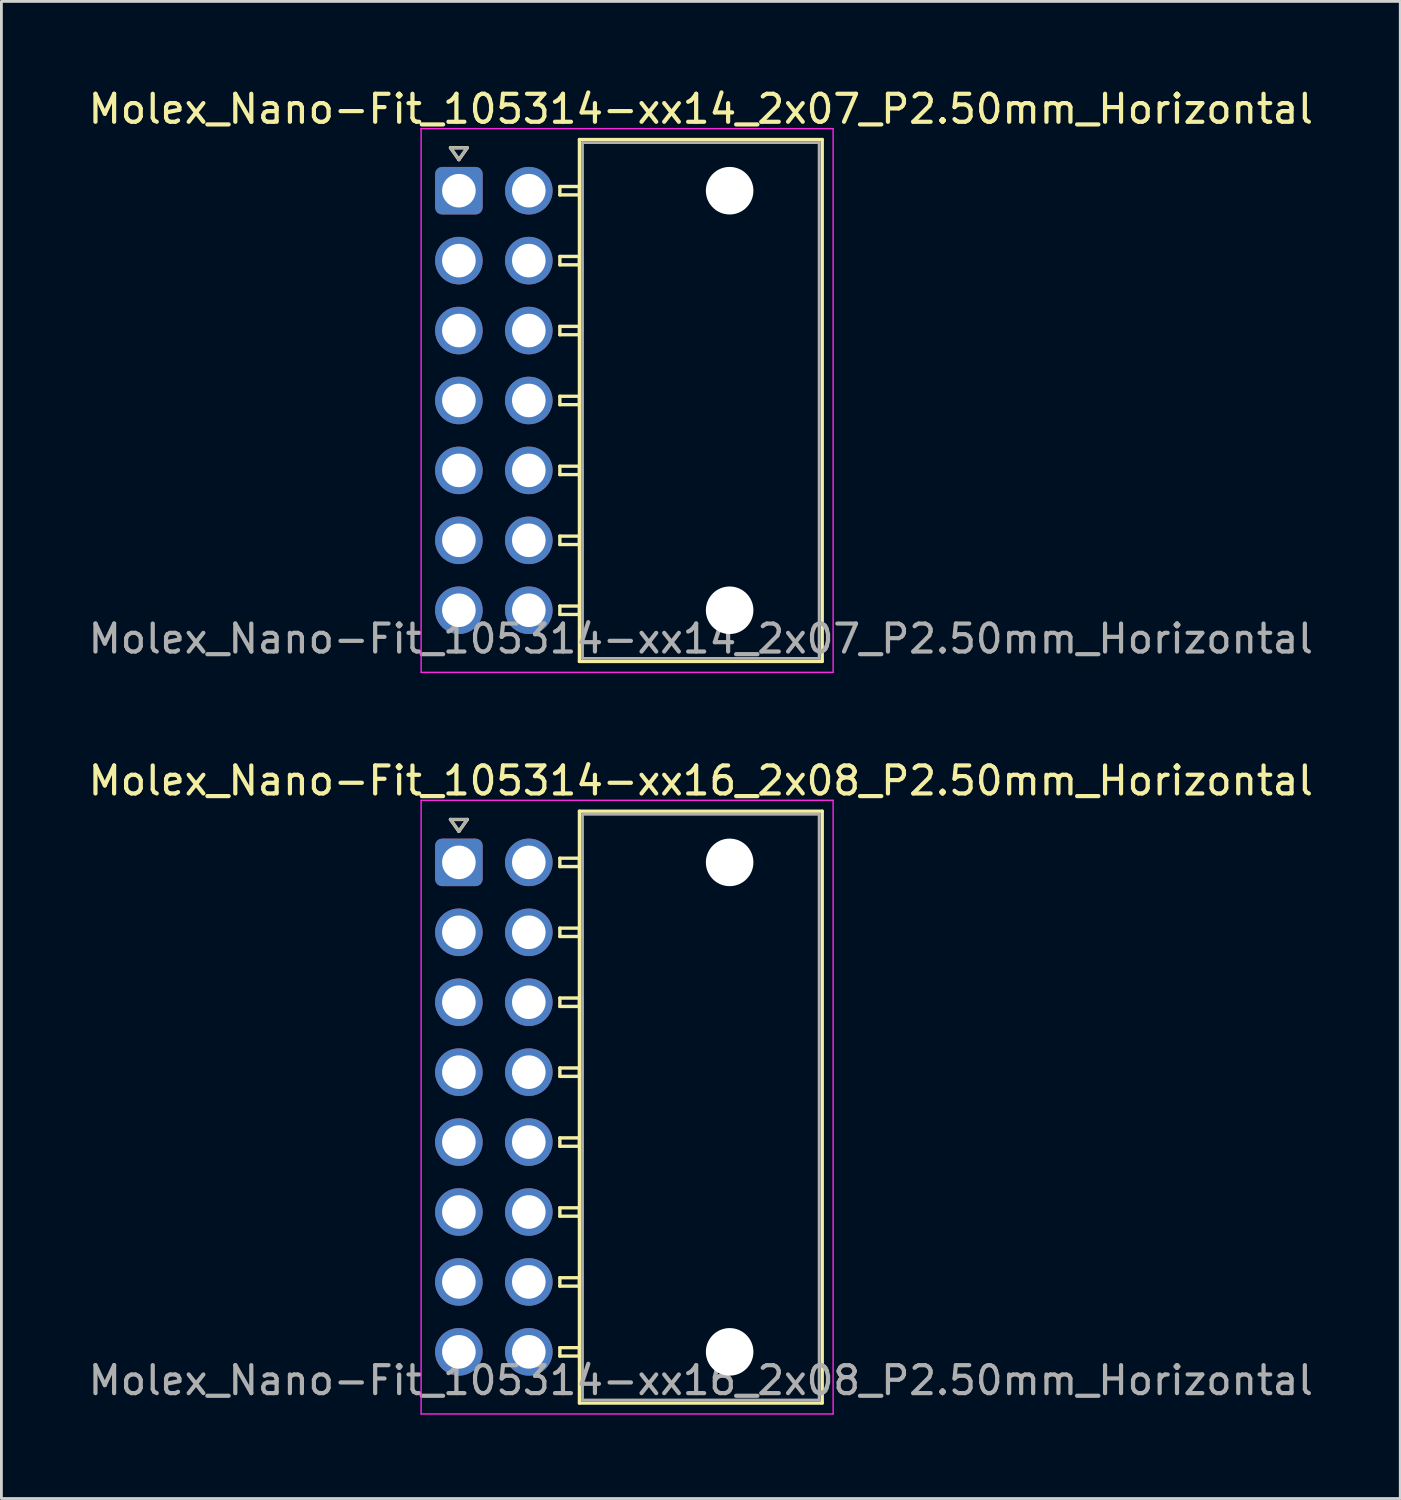
<source format=kicad_pcb>
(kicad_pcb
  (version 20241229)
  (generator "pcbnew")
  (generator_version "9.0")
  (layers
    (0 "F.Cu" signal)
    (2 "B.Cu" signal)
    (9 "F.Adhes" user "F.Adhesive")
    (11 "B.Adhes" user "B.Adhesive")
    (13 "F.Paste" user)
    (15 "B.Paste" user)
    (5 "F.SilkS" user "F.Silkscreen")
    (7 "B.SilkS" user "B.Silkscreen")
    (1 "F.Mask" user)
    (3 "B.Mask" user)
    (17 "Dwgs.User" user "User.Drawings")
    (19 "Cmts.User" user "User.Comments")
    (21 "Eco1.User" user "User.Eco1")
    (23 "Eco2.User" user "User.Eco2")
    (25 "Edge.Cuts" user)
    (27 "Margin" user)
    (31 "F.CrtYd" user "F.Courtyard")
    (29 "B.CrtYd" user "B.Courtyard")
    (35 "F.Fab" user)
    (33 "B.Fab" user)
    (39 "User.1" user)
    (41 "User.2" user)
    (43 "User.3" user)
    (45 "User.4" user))
  (footprint "Molex_Nano-Fit_105314-xx14_2x07_P2.50mm_Horizontal"
    (layer "F.Cu")
    (at 13.356 3.768)
    (property "Reference" "Molex_Nano-Fit_105314-xx14_2x07_P2.50mm_Horizontal" (at 8.65 -2.92 0) (layer "F.SilkS") (effects (font (size 1 1) (thickness 0.15))))
    (attr through_hole)
    (fp_line (start -0.3 -1.534) (end 0 -1.11) (stroke (width 0.12) (type solid)) (layer "F.SilkS"))
    (fp_line (start 0 -1.11) (end 0.3 -1.534) (stroke (width 0.12) (type solid)) (layer "F.SilkS"))
    (fp_line (start 0.3 -1.534) (end -0.3 -1.534) (stroke (width 0.12) (type solid)) (layer "F.SilkS"))
    (fp_line (start 3.61 -0.15) (end 3.61 0.15) (stroke (width 0.12) (type solid)) (layer "F.SilkS"))
    (fp_line (start 3.61 0.15) (end 4.31 0.15) (stroke (width 0.12) (type solid)) (layer "F.SilkS"))
    (fp_line (start 3.61 2.35) (end 3.61 2.65) (stroke (width 0.12) (type solid)) (layer "F.SilkS"))
    (fp_line (start 3.61 2.65) (end 4.31 2.65) (stroke (width 0.12) (type solid)) (layer "F.SilkS"))
    (fp_line (start 3.61 4.85) (end 3.61 5.15) (stroke (width 0.12) (type solid)) (layer "F.SilkS"))
    (fp_line (start 3.61 5.15) (end 4.31 5.15) (stroke (width 0.12) (type solid)) (layer "F.SilkS"))
    (fp_line (start 3.61 7.35) (end 3.61 7.65) (stroke (width 0.12) (type solid)) (layer "F.SilkS"))
    (fp_line (start 3.61 7.65) (end 4.31 7.65) (stroke (width 0.12) (type solid)) (layer "F.SilkS"))
    (fp_line (start 3.61 9.85) (end 3.61 10.15) (stroke (width 0.12) (type solid)) (layer "F.SilkS"))
    (fp_line (start 3.61 10.15) (end 4.31 10.15) (stroke (width 0.12) (type solid)) (layer "F.SilkS"))
    (fp_line (start 3.61 12.35) (end 3.61 12.65) (stroke (width 0.12) (type solid)) (layer "F.SilkS"))
    (fp_line (start 3.61 12.65) (end 4.31 12.65) (stroke (width 0.12) (type solid)) (layer "F.SilkS"))
    (fp_line (start 3.61 14.85) (end 3.61 15.15) (stroke (width 0.12) (type solid)) (layer "F.SilkS"))
    (fp_line (start 3.61 15.15) (end 4.31 15.15) (stroke (width 0.12) (type solid)) (layer "F.SilkS"))
    (fp_line (start 4.31 -1.83) (end 4.31 16.83) (stroke (width 0.12) (type solid)) (layer "F.SilkS"))
    (fp_line (start 4.31 -0.15) (end 3.61 -0.15) (stroke (width 0.12) (type solid)) (layer "F.SilkS"))
    (fp_line (start 4.31 0.15) (end 4.31 -0.15) (stroke (width 0.12) (type solid)) (layer "F.SilkS"))
    (fp_line (start 4.31 2.35) (end 3.61 2.35) (stroke (width 0.12) (type solid)) (layer "F.SilkS"))
    (fp_line (start 4.31 2.65) (end 4.31 2.35) (stroke (width 0.12) (type solid)) (layer "F.SilkS"))
    (fp_line (start 4.31 4.85) (end 3.61 4.85) (stroke (width 0.12) (type solid)) (layer "F.SilkS"))
    (fp_line (start 4.31 5.15) (end 4.31 4.85) (stroke (width 0.12) (type solid)) (layer "F.SilkS"))
    (fp_line (start 4.31 7.35) (end 3.61 7.35) (stroke (width 0.12) (type solid)) (layer "F.SilkS"))
    (fp_line (start 4.31 7.65) (end 4.31 7.35) (stroke (width 0.12) (type solid)) (layer "F.SilkS"))
    (fp_line (start 4.31 9.85) (end 3.61 9.85) (stroke (width 0.12) (type solid)) (layer "F.SilkS"))
    (fp_line (start 4.31 10.15) (end 4.31 9.85) (stroke (width 0.12) (type solid)) (layer "F.SilkS"))
    (fp_line (start 4.31 12.35) (end 3.61 12.35) (stroke (width 0.12) (type solid)) (layer "F.SilkS"))
    (fp_line (start 4.31 12.65) (end 4.31 12.35) (stroke (width 0.12) (type solid)) (layer "F.SilkS"))
    (fp_line (start 4.31 14.85) (end 3.61 14.85) (stroke (width 0.12) (type solid)) (layer "F.SilkS"))
    (fp_line (start 4.31 15.15) (end 4.31 14.85) (stroke (width 0.12) (type solid)) (layer "F.SilkS"))
    (fp_line (start 4.31 16.83) (end 12.99 16.83) (stroke (width 0.12) (type solid)) (layer "F.SilkS"))
    (fp_line (start 12.99 -1.83) (end 4.31 -1.83) (stroke (width 0.12) (type solid)) (layer "F.SilkS"))
    (fp_line (start 12.99 16.83) (end 12.99 -1.83) (stroke (width 0.12) (type solid)) (layer "F.SilkS"))
    (fp_line (start -1.35 -2.22) (end -1.35 17.22) (stroke (width 0.05) (type solid)) (layer "F.CrtYd"))
    (fp_line (start -1.35 17.22) (end 13.38 17.22) (stroke (width 0.05) (type solid)) (layer "F.CrtYd"))
    (fp_line (start 13.38 -2.22) (end -1.35 -2.22) (stroke (width 0.05) (type solid)) (layer "F.CrtYd"))
    (fp_line (start 13.38 17.22) (end 13.38 -2.22) (stroke (width 0.05) (type solid)) (layer "F.CrtYd"))
    (fp_line (start -0.3 -1.534) (end 0 -1.11) (stroke (width 0.1) (type solid)) (layer "F.Fab"))
    (fp_line (start 0 -1.11) (end 0.3 -1.534) (stroke (width 0.1) (type solid)) (layer "F.Fab"))
    (fp_line (start 0.3 -1.534) (end -0.3 -1.534) (stroke (width 0.1) (type solid)) (layer "F.Fab"))
    (fp_line (start 4.42 -1.72) (end 4.42 16.72) (stroke (width 0.1) (type solid)) (layer "F.Fab"))
    (fp_line (start 4.42 16.72) (end 12.88 16.72) (stroke (width 0.1) (type solid)) (layer "F.Fab"))
    (fp_line (start 12.88 -1.72) (end 4.42 -1.72) (stroke (width 0.1) (type solid)) (layer "F.Fab"))
    (fp_line (start 12.88 16.72) (end 12.88 -1.72) (stroke (width 0.1) (type solid)) (layer "F.Fab"))
    (fp_text user "${REFERENCE}" (at 8.65 16.02 0) (layer "F.Fab") (effects (font (size 1 1) (thickness 0.15))))
    (pad "" np_thru_hole circle (at 9.68 0) (size 1.7 1.7) (drill 1.7) (layers "*.Cu" "*.Mask"))
    (pad "" np_thru_hole circle (at 9.68 15) (size 1.7 1.7) (drill 1.7) (layers "*.Cu" "*.Mask"))
    (pad "1" thru_hole roundrect (at 0 0) (size 1.7 1.7) (drill 1.2) (layers "*.Cu" "*.Mask") (roundrect_rratio 0.147))
    (pad "2" thru_hole circle (at 0 2.5) (size 1.7 1.7) (drill 1.2) (layers "*.Cu" "*.Mask"))
    (pad "3" thru_hole circle (at 0 5) (size 1.7 1.7) (drill 1.2) (layers "*.Cu" "*.Mask"))
    (pad "4" thru_hole circle (at 0 7.5) (size 1.7 1.7) (drill 1.2) (layers "*.Cu" "*.Mask"))
    (pad "5" thru_hole circle (at 0 10) (size 1.7 1.7) (drill 1.2) (layers "*.Cu" "*.Mask"))
    (pad "6" thru_hole circle (at 0 12.5) (size 1.7 1.7) (drill 1.2) (layers "*.Cu" "*.Mask"))
    (pad "7" thru_hole circle (at 0 15) (size 1.7 1.7) (drill 1.2) (layers "*.Cu" "*.Mask"))
    (pad "8" thru_hole circle (at 2.5 0) (size 1.7 1.7) (drill 1.2) (layers "*.Cu" "*.Mask"))
    (pad "9" thru_hole circle (at 2.5 2.5) (size 1.7 1.7) (drill 1.2) (layers "*.Cu" "*.Mask"))
    (pad "10" thru_hole circle (at 2.5 5) (size 1.7 1.7) (drill 1.2) (layers "*.Cu" "*.Mask"))
    (pad "11" thru_hole circle (at 2.5 7.5) (size 1.7 1.7) (drill 1.2) (layers "*.Cu" "*.Mask"))
    (pad "12" thru_hole circle (at 2.5 10) (size 1.7 1.7) (drill 1.2) (layers "*.Cu" "*.Mask"))
    (pad "13" thru_hole circle (at 2.5 12.5) (size 1.7 1.7) (drill 1.2) (layers "*.Cu" "*.Mask"))
    (pad "14" thru_hole circle (at 2.5 15) (size 1.7 1.7) (drill 1.2) (layers "*.Cu" "*.Mask")))
  (footprint "Molex_Nano-Fit_105314-xx16_2x08_P2.50mm_Horizontal"
    (layer "F.Cu")
    (at 13.356 27.782)
    (property "Reference" "Molex_Nano-Fit_105314-xx16_2x08_P2.50mm_Horizontal" (at 8.65 -2.92 0) (layer "F.SilkS") (effects (font (size 1 1) (thickness 0.15))))
    (attr through_hole)
    (fp_line (start -0.3 -1.534) (end 0 -1.11) (stroke (width 0.12) (type solid)) (layer "F.SilkS"))
    (fp_line (start 0 -1.11) (end 0.3 -1.534) (stroke (width 0.12) (type solid)) (layer "F.SilkS"))
    (fp_line (start 0.3 -1.534) (end -0.3 -1.534) (stroke (width 0.12) (type solid)) (layer "F.SilkS"))
    (fp_line (start 3.61 -0.15) (end 3.61 0.15) (stroke (width 0.12) (type solid)) (layer "F.SilkS"))
    (fp_line (start 3.61 0.15) (end 4.31 0.15) (stroke (width 0.12) (type solid)) (layer "F.SilkS"))
    (fp_line (start 3.61 2.35) (end 3.61 2.65) (stroke (width 0.12) (type solid)) (layer "F.SilkS"))
    (fp_line (start 3.61 2.65) (end 4.31 2.65) (stroke (width 0.12) (type solid)) (layer "F.SilkS"))
    (fp_line (start 3.61 4.85) (end 3.61 5.15) (stroke (width 0.12) (type solid)) (layer "F.SilkS"))
    (fp_line (start 3.61 5.15) (end 4.31 5.15) (stroke (width 0.12) (type solid)) (layer "F.SilkS"))
    (fp_line (start 3.61 7.35) (end 3.61 7.65) (stroke (width 0.12) (type solid)) (layer "F.SilkS"))
    (fp_line (start 3.61 7.65) (end 4.31 7.65) (stroke (width 0.12) (type solid)) (layer "F.SilkS"))
    (fp_line (start 3.61 9.85) (end 3.61 10.15) (stroke (width 0.12) (type solid)) (layer "F.SilkS"))
    (fp_line (start 3.61 10.15) (end 4.31 10.15) (stroke (width 0.12) (type solid)) (layer "F.SilkS"))
    (fp_line (start 3.61 12.35) (end 3.61 12.65) (stroke (width 0.12) (type solid)) (layer "F.SilkS"))
    (fp_line (start 3.61 12.65) (end 4.31 12.65) (stroke (width 0.12) (type solid)) (layer "F.SilkS"))
    (fp_line (start 3.61 14.85) (end 3.61 15.15) (stroke (width 0.12) (type solid)) (layer "F.SilkS"))
    (fp_line (start 3.61 15.15) (end 4.31 15.15) (stroke (width 0.12) (type solid)) (layer "F.SilkS"))
    (fp_line (start 3.61 17.35) (end 3.61 17.65) (stroke (width 0.12) (type solid)) (layer "F.SilkS"))
    (fp_line (start 3.61 17.65) (end 4.31 17.65) (stroke (width 0.12) (type solid)) (layer "F.SilkS"))
    (fp_line (start 4.31 -1.83) (end 4.31 19.33) (stroke (width 0.12) (type solid)) (layer "F.SilkS"))
    (fp_line (start 4.31 -0.15) (end 3.61 -0.15) (stroke (width 0.12) (type solid)) (layer "F.SilkS"))
    (fp_line (start 4.31 0.15) (end 4.31 -0.15) (stroke (width 0.12) (type solid)) (layer "F.SilkS"))
    (fp_line (start 4.31 2.35) (end 3.61 2.35) (stroke (width 0.12) (type solid)) (layer "F.SilkS"))
    (fp_line (start 4.31 2.65) (end 4.31 2.35) (stroke (width 0.12) (type solid)) (layer "F.SilkS"))
    (fp_line (start 4.31 4.85) (end 3.61 4.85) (stroke (width 0.12) (type solid)) (layer "F.SilkS"))
    (fp_line (start 4.31 5.15) (end 4.31 4.85) (stroke (width 0.12) (type solid)) (layer "F.SilkS"))
    (fp_line (start 4.31 7.35) (end 3.61 7.35) (stroke (width 0.12) (type solid)) (layer "F.SilkS"))
    (fp_line (start 4.31 7.65) (end 4.31 7.35) (stroke (width 0.12) (type solid)) (layer "F.SilkS"))
    (fp_line (start 4.31 9.85) (end 3.61 9.85) (stroke (width 0.12) (type solid)) (layer "F.SilkS"))
    (fp_line (start 4.31 10.15) (end 4.31 9.85) (stroke (width 0.12) (type solid)) (layer "F.SilkS"))
    (fp_line (start 4.31 12.35) (end 3.61 12.35) (stroke (width 0.12) (type solid)) (layer "F.SilkS"))
    (fp_line (start 4.31 12.65) (end 4.31 12.35) (stroke (width 0.12) (type solid)) (layer "F.SilkS"))
    (fp_line (start 4.31 14.85) (end 3.61 14.85) (stroke (width 0.12) (type solid)) (layer "F.SilkS"))
    (fp_line (start 4.31 15.15) (end 4.31 14.85) (stroke (width 0.12) (type solid)) (layer "F.SilkS"))
    (fp_line (start 4.31 17.35) (end 3.61 17.35) (stroke (width 0.12) (type solid)) (layer "F.SilkS"))
    (fp_line (start 4.31 17.65) (end 4.31 17.35) (stroke (width 0.12) (type solid)) (layer "F.SilkS"))
    (fp_line (start 4.31 19.33) (end 12.99 19.33) (stroke (width 0.12) (type solid)) (layer "F.SilkS"))
    (fp_line (start 12.99 -1.83) (end 4.31 -1.83) (stroke (width 0.12) (type solid)) (layer "F.SilkS"))
    (fp_line (start 12.99 19.33) (end 12.99 -1.83) (stroke (width 0.12) (type solid)) (layer "F.SilkS"))
    (fp_line (start -1.35 -2.22) (end -1.35 19.72) (stroke (width 0.05) (type solid)) (layer "F.CrtYd"))
    (fp_line (start -1.35 19.72) (end 13.38 19.72) (stroke (width 0.05) (type solid)) (layer "F.CrtYd"))
    (fp_line (start 13.38 -2.22) (end -1.35 -2.22) (stroke (width 0.05) (type solid)) (layer "F.CrtYd"))
    (fp_line (start 13.38 19.72) (end 13.38 -2.22) (stroke (width 0.05) (type solid)) (layer "F.CrtYd"))
    (fp_line (start -0.3 -1.534) (end 0 -1.11) (stroke (width 0.1) (type solid)) (layer "F.Fab"))
    (fp_line (start 0 -1.11) (end 0.3 -1.534) (stroke (width 0.1) (type solid)) (layer "F.Fab"))
    (fp_line (start 0.3 -1.534) (end -0.3 -1.534) (stroke (width 0.1) (type solid)) (layer "F.Fab"))
    (fp_line (start 4.42 -1.72) (end 4.42 19.22) (stroke (width 0.1) (type solid)) (layer "F.Fab"))
    (fp_line (start 4.42 19.22) (end 12.88 19.22) (stroke (width 0.1) (type solid)) (layer "F.Fab"))
    (fp_line (start 12.88 -1.72) (end 4.42 -1.72) (stroke (width 0.1) (type solid)) (layer "F.Fab"))
    (fp_line (start 12.88 19.22) (end 12.88 -1.72) (stroke (width 0.1) (type solid)) (layer "F.Fab"))
    (fp_text user "${REFERENCE}" (at 8.65 18.52 0) (layer "F.Fab") (effects (font (size 1 1) (thickness 0.15))))
    (pad "" np_thru_hole circle (at 9.68 0) (size 1.7 1.7) (drill 1.7) (layers "*.Cu" "*.Mask"))
    (pad "" np_thru_hole circle (at 9.68 17.5) (size 1.7 1.7) (drill 1.7) (layers "*.Cu" "*.Mask"))
    (pad "1" thru_hole roundrect (at 0 0) (size 1.7 1.7) (drill 1.2) (layers "*.Cu" "*.Mask") (roundrect_rratio 0.147))
    (pad "2" thru_hole circle (at 0 2.5) (size 1.7 1.7) (drill 1.2) (layers "*.Cu" "*.Mask"))
    (pad "3" thru_hole circle (at 0 5) (size 1.7 1.7) (drill 1.2) (layers "*.Cu" "*.Mask"))
    (pad "4" thru_hole circle (at 0 7.5) (size 1.7 1.7) (drill 1.2) (layers "*.Cu" "*.Mask"))
    (pad "5" thru_hole circle (at 0 10) (size 1.7 1.7) (drill 1.2) (layers "*.Cu" "*.Mask"))
    (pad "6" thru_hole circle (at 0 12.5) (size 1.7 1.7) (drill 1.2) (layers "*.Cu" "*.Mask"))
    (pad "7" thru_hole circle (at 0 15) (size 1.7 1.7) (drill 1.2) (layers "*.Cu" "*.Mask"))
    (pad "8" thru_hole circle (at 0 17.5) (size 1.7 1.7) (drill 1.2) (layers "*.Cu" "*.Mask"))
    (pad "9" thru_hole circle (at 2.5 0) (size 1.7 1.7) (drill 1.2) (layers "*.Cu" "*.Mask"))
    (pad "10" thru_hole circle (at 2.5 2.5) (size 1.7 1.7) (drill 1.2) (layers "*.Cu" "*.Mask"))
    (pad "11" thru_hole circle (at 2.5 5) (size 1.7 1.7) (drill 1.2) (layers "*.Cu" "*.Mask"))
    (pad "12" thru_hole circle (at 2.5 7.5) (size 1.7 1.7) (drill 1.2) (layers "*.Cu" "*.Mask"))
    (pad "13" thru_hole circle (at 2.5 10) (size 1.7 1.7) (drill 1.2) (layers "*.Cu" "*.Mask"))
    (pad "14" thru_hole circle (at 2.5 12.5) (size 1.7 1.7) (drill 1.2) (layers "*.Cu" "*.Mask"))
    (pad "15" thru_hole circle (at 2.5 15) (size 1.7 1.7) (drill 1.2) (layers "*.Cu" "*.Mask"))
    (pad "16" thru_hole circle (at 2.5 17.5) (size 1.7 1.7) (drill 1.2) (layers "*.Cu" "*.Mask")))
  (gr_rect
    (start -3 -3)
    (end 47.012 50.526)
    (stroke (width 0.1) (type default))
    (fill no)
    (layer "Edge.Cuts")))
</source>
